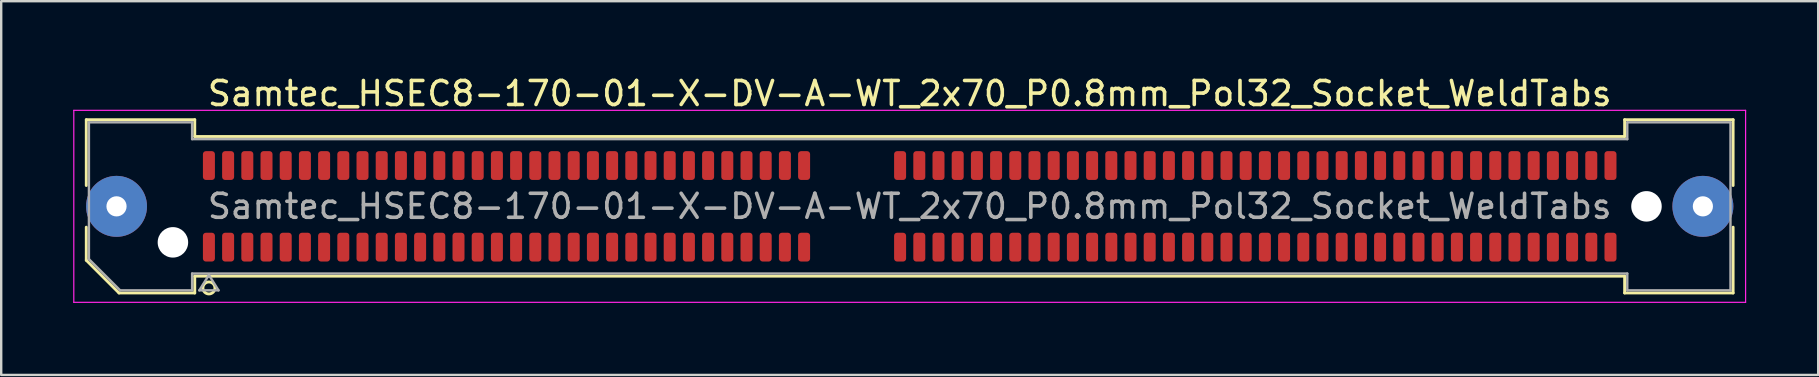
<source format=kicad_pcb>
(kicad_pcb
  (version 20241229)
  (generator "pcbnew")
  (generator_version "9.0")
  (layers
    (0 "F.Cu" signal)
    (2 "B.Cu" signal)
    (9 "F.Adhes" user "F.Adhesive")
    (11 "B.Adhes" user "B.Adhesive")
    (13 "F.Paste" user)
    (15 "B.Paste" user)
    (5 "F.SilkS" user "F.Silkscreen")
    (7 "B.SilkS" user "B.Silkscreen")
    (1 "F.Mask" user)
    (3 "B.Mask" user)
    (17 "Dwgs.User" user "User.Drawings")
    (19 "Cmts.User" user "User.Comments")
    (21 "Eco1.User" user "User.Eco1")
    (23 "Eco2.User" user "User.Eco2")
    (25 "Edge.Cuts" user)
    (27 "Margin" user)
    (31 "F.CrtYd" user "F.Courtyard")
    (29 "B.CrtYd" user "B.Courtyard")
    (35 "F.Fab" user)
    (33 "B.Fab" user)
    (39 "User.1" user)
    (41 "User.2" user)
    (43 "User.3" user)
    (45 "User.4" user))
  (footprint "Samtec_HSEC8-170-01-X-DV-A-WT_2x70_P0.8mm_Pol32_Socket_WeldTabs"
    (layer "F.Cu")
    (at 34.855 5.548)
    (property "Reference" "Samtec_HSEC8-170-01-X-DV-A-WT_2x70_P0.8mm_Pol32_Socket_WeldTabs" (at 0 -4.7 0) (layer "F.SilkS") (effects (font (size 1 1) (thickness 0.15))))
    (attr smd)
    (fp_line (start -34.31 -3.61) (end -29.79 -3.61) (stroke (width 0.12) (type solid)) (layer "F.SilkS"))
    (fp_line (start -34.31 -0.868) (end -34.31 -3.61) (stroke (width 0.12) (type solid)) (layer "F.SilkS"))
    (fp_line (start -34.31 2.246) (end -34.31 0.868) (stroke (width 0.12) (type solid)) (layer "F.SilkS"))
    (fp_line (start -32.946 3.61) (end -34.31 2.246) (stroke (width 0.12) (type solid)) (layer "F.SilkS"))
    (fp_line (start -29.79 -3.61) (end -29.79 -2.91) (stroke (width 0.12) (type solid)) (layer "F.SilkS"))
    (fp_line (start -29.79 -2.91) (end 29.79 -2.91) (stroke (width 0.12) (type solid)) (layer "F.SilkS"))
    (fp_line (start -29.79 2.91) (end -29.79 3.61) (stroke (width 0.12) (type solid)) (layer "F.SilkS"))
    (fp_line (start -29.79 3.61) (end -32.946 3.61) (stroke (width 0.12) (type solid)) (layer "F.SilkS"))
    (fp_line (start 29.79 -3.61) (end 34.31 -3.61) (stroke (width 0.12) (type solid)) (layer "F.SilkS"))
    (fp_line (start 29.79 -2.91) (end 29.79 -3.61) (stroke (width 0.12) (type solid)) (layer "F.SilkS"))
    (fp_line (start 29.79 2.91) (end -29.79 2.91) (stroke (width 0.12) (type solid)) (layer "F.SilkS"))
    (fp_line (start 29.79 3.61) (end 29.79 2.91) (stroke (width 0.12) (type solid)) (layer "F.SilkS"))
    (fp_line (start 34.31 -3.61) (end 34.31 -0.868) (stroke (width 0.12) (type solid)) (layer "F.SilkS"))
    (fp_line (start 34.31 0.868) (end 34.31 3.61) (stroke (width 0.12) (type solid)) (layer "F.SilkS"))
    (fp_line (start 34.31 3.61) (end 29.79 3.61) (stroke (width 0.12) (type solid)) (layer "F.SilkS"))
    (fp_arc (start -28.95 3.4) (mid -29.45 3.4) (end -28.95 3.4) (stroke (width 0.12) (type solid)) (layer "F.SilkS"))
    (fp_line (start -34.83 -4) (end -34.83 4) (stroke (width 0.05) (type solid)) (layer "F.CrtYd"))
    (fp_line (start -34.83 4) (end 34.83 4) (stroke (width 0.05) (type solid)) (layer "F.CrtYd"))
    (fp_line (start 34.83 -4) (end -34.83 -4) (stroke (width 0.05) (type solid)) (layer "F.CrtYd"))
    (fp_line (start 34.83 4) (end 34.83 -4) (stroke (width 0.05) (type solid)) (layer "F.CrtYd"))
    (fp_line (start -34.2 -3.5) (end -29.9 -3.5) (stroke (width 0.1) (type solid)) (layer "F.Fab"))
    (fp_line (start -34.2 2.2) (end -34.2 -3.5) (stroke (width 0.1) (type solid)) (layer "F.Fab"))
    (fp_line (start -32.9 3.5) (end -34.2 2.2) (stroke (width 0.1) (type solid)) (layer "F.Fab"))
    (fp_line (start -29.9 -3.5) (end -29.9 -2.8) (stroke (width 0.1) (type solid)) (layer "F.Fab"))
    (fp_line (start -29.9 -2.8) (end 29.9 -2.8) (stroke (width 0.1) (type solid)) (layer "F.Fab"))
    (fp_line (start -29.9 2.8) (end -29.9 3.5) (stroke (width 0.1) (type solid)) (layer "F.Fab"))
    (fp_line (start -29.9 3.5) (end -32.9 3.5) (stroke (width 0.1) (type solid)) (layer "F.Fab"))
    (fp_line (start -29.6 3.5) (end -29.2 2.86) (stroke (width 0.1) (type solid)) (layer "F.Fab"))
    (fp_line (start -29.2 2.86) (end -28.8 3.5) (stroke (width 0.1) (type solid)) (layer "F.Fab"))
    (fp_line (start -28.8 3.5) (end -29.6 3.5) (stroke (width 0.1) (type solid)) (layer "F.Fab"))
    (fp_line (start 29.9 -3.5) (end 34.2 -3.5) (stroke (width 0.1) (type solid)) (layer "F.Fab"))
    (fp_line (start 29.9 -2.8) (end 29.9 -3.5) (stroke (width 0.1) (type solid)) (layer "F.Fab"))
    (fp_line (start 29.9 2.8) (end -29.9 2.8) (stroke (width 0.1) (type solid)) (layer "F.Fab"))
    (fp_line (start 29.9 3.5) (end 29.9 2.8) (stroke (width 0.1) (type solid)) (layer "F.Fab"))
    (fp_line (start 34.2 -3.5) (end 34.2 3.5) (stroke (width 0.1) (type solid)) (layer "F.Fab"))
    (fp_line (start 34.2 3.5) (end 29.9 3.5) (stroke (width 0.1) (type solid)) (layer "F.Fab"))
    (fp_text user "${REFERENCE}" (at 0 0 0) (layer "F.Fab") (effects (font (size 1 1) (thickness 0.15))))
    (pad "" thru_hole circle (at -33.05 0) (size 2.54 2.54) (drill 0.84) (layers "*.Cu" "*.Mask" "F.Paste"))
    (pad "" np_thru_hole circle (at -30.7 1.5) (size 1.27 1.27) (drill 1.27) (layers "*.Cu" "*.Mask"))
    (pad "" np_thru_hole circle (at 30.7 0) (size 1.27 1.27) (drill 1.27) (layers "*.Cu" "*.Mask"))
    (pad "" thru_hole circle (at 33.05 0) (size 2.54 2.54) (drill 0.84) (layers "*.Cu" "*.Mask" "F.Paste"))
    (pad "1" smd roundrect (at -29.2 1.7) (size 0.5 1.2) (layers "F.Cu" "F.Mask" "F.Paste") (roundrect_rratio 0.25))
    (pad "2" smd roundrect (at -29.2 -1.7) (size 0.5 1.2) (layers "F.Cu" "F.Mask" "F.Paste") (roundrect_rratio 0.25))
    (pad "3" smd roundrect (at -28.4 1.7) (size 0.5 1.2) (layers "F.Cu" "F.Mask" "F.Paste") (roundrect_rratio 0.25))
    (pad "4" smd roundrect (at -28.4 -1.7) (size 0.5 1.2) (layers "F.Cu" "F.Mask" "F.Paste") (roundrect_rratio 0.25))
    (pad "5" smd roundrect (at -27.6 1.7) (size 0.5 1.2) (layers "F.Cu" "F.Mask" "F.Paste") (roundrect_rratio 0.25))
    (pad "6" smd roundrect (at -27.6 -1.7) (size 0.5 1.2) (layers "F.Cu" "F.Mask" "F.Paste") (roundrect_rratio 0.25))
    (pad "7" smd roundrect (at -26.8 1.7) (size 0.5 1.2) (layers "F.Cu" "F.Mask" "F.Paste") (roundrect_rratio 0.25))
    (pad "8" smd roundrect (at -26.8 -1.7) (size 0.5 1.2) (layers "F.Cu" "F.Mask" "F.Paste") (roundrect_rratio 0.25))
    (pad "9" smd roundrect (at -26 1.7) (size 0.5 1.2) (layers "F.Cu" "F.Mask" "F.Paste") (roundrect_rratio 0.25))
    (pad "10" smd roundrect (at -26 -1.7) (size 0.5 1.2) (layers "F.Cu" "F.Mask" "F.Paste") (roundrect_rratio 0.25))
    (pad "11" smd roundrect (at -25.2 1.7) (size 0.5 1.2) (layers "F.Cu" "F.Mask" "F.Paste") (roundrect_rratio 0.25))
    (pad "12" smd roundrect (at -25.2 -1.7) (size 0.5 1.2) (layers "F.Cu" "F.Mask" "F.Paste") (roundrect_rratio 0.25))
    (pad "13" smd roundrect (at -24.4 1.7) (size 0.5 1.2) (layers "F.Cu" "F.Mask" "F.Paste") (roundrect_rratio 0.25))
    (pad "14" smd roundrect (at -24.4 -1.7) (size 0.5 1.2) (layers "F.Cu" "F.Mask" "F.Paste") (roundrect_rratio 0.25))
    (pad "15" smd roundrect (at -23.6 1.7) (size 0.5 1.2) (layers "F.Cu" "F.Mask" "F.Paste") (roundrect_rratio 0.25))
    (pad "16" smd roundrect (at -23.6 -1.7) (size 0.5 1.2) (layers "F.Cu" "F.Mask" "F.Paste") (roundrect_rratio 0.25))
    (pad "17" smd roundrect (at -22.8 1.7) (size 0.5 1.2) (layers "F.Cu" "F.Mask" "F.Paste") (roundrect_rratio 0.25))
    (pad "18" smd roundrect (at -22.8 -1.7) (size 0.5 1.2) (layers "F.Cu" "F.Mask" "F.Paste") (roundrect_rratio 0.25))
    (pad "19" smd roundrect (at -22 1.7) (size 0.5 1.2) (layers "F.Cu" "F.Mask" "F.Paste") (roundrect_rratio 0.25))
    (pad "20" smd roundrect (at -22 -1.7) (size 0.5 1.2) (layers "F.Cu" "F.Mask" "F.Paste") (roundrect_rratio 0.25))
    (pad "21" smd roundrect (at -21.2 1.7) (size 0.5 1.2) (layers "F.Cu" "F.Mask" "F.Paste") (roundrect_rratio 0.25))
    (pad "22" smd roundrect (at -21.2 -1.7) (size 0.5 1.2) (layers "F.Cu" "F.Mask" "F.Paste") (roundrect_rratio 0.25))
    (pad "23" smd roundrect (at -20.4 1.7) (size 0.5 1.2) (layers "F.Cu" "F.Mask" "F.Paste") (roundrect_rratio 0.25))
    (pad "24" smd roundrect (at -20.4 -1.7) (size 0.5 1.2) (layers "F.Cu" "F.Mask" "F.Paste") (roundrect_rratio 0.25))
    (pad "25" smd roundrect (at -19.6 1.7) (size 0.5 1.2) (layers "F.Cu" "F.Mask" "F.Paste") (roundrect_rratio 0.25))
    (pad "26" smd roundrect (at -19.6 -1.7) (size 0.5 1.2) (layers "F.Cu" "F.Mask" "F.Paste") (roundrect_rratio 0.25))
    (pad "27" smd roundrect (at -18.8 1.7) (size 0.5 1.2) (layers "F.Cu" "F.Mask" "F.Paste") (roundrect_rratio 0.25))
    (pad "28" smd roundrect (at -18.8 -1.7) (size 0.5 1.2) (layers "F.Cu" "F.Mask" "F.Paste") (roundrect_rratio 0.25))
    (pad "29" smd roundrect (at -18 1.7) (size 0.5 1.2) (layers "F.Cu" "F.Mask" "F.Paste") (roundrect_rratio 0.25))
    (pad "30" smd roundrect (at -18 -1.7) (size 0.5 1.2) (layers "F.Cu" "F.Mask" "F.Paste") (roundrect_rratio 0.25))
    (pad "31" smd roundrect (at -17.2 1.7) (size 0.5 1.2) (layers "F.Cu" "F.Mask" "F.Paste") (roundrect_rratio 0.25))
    (pad "32" smd roundrect (at -17.2 -1.7) (size 0.5 1.2) (layers "F.Cu" "F.Mask" "F.Paste") (roundrect_rratio 0.25))
    (pad "33" smd roundrect (at -16.4 1.7) (size 0.5 1.2) (layers "F.Cu" "F.Mask" "F.Paste") (roundrect_rratio 0.25))
    (pad "34" smd roundrect (at -16.4 -1.7) (size 0.5 1.2) (layers "F.Cu" "F.Mask" "F.Paste") (roundrect_rratio 0.25))
    (pad "35" smd roundrect (at -15.6 1.7) (size 0.5 1.2) (layers "F.Cu" "F.Mask" "F.Paste") (roundrect_rratio 0.25))
    (pad "36" smd roundrect (at -15.6 -1.7) (size 0.5 1.2) (layers "F.Cu" "F.Mask" "F.Paste") (roundrect_rratio 0.25))
    (pad "37" smd roundrect (at -14.8 1.7) (size 0.5 1.2) (layers "F.Cu" "F.Mask" "F.Paste") (roundrect_rratio 0.25))
    (pad "38" smd roundrect (at -14.8 -1.7) (size 0.5 1.2) (layers "F.Cu" "F.Mask" "F.Paste") (roundrect_rratio 0.25))
    (pad "39" smd roundrect (at -14 1.7) (size 0.5 1.2) (layers "F.Cu" "F.Mask" "F.Paste") (roundrect_rratio 0.25))
    (pad "40" smd roundrect (at -14 -1.7) (size 0.5 1.2) (layers "F.Cu" "F.Mask" "F.Paste") (roundrect_rratio 0.25))
    (pad "41" smd roundrect (at -13.2 1.7) (size 0.5 1.2) (layers "F.Cu" "F.Mask" "F.Paste") (roundrect_rratio 0.25))
    (pad "42" smd roundrect (at -13.2 -1.7) (size 0.5 1.2) (layers "F.Cu" "F.Mask" "F.Paste") (roundrect_rratio 0.25))
    (pad "43" smd roundrect (at -12.4 1.7) (size 0.5 1.2) (layers "F.Cu" "F.Mask" "F.Paste") (roundrect_rratio 0.25))
    (pad "44" smd roundrect (at -12.4 -1.7) (size 0.5 1.2) (layers "F.Cu" "F.Mask" "F.Paste") (roundrect_rratio 0.25))
    (pad "45" smd roundrect (at -11.6 1.7) (size 0.5 1.2) (layers "F.Cu" "F.Mask" "F.Paste") (roundrect_rratio 0.25))
    (pad "46" smd roundrect (at -11.6 -1.7) (size 0.5 1.2) (layers "F.Cu" "F.Mask" "F.Paste") (roundrect_rratio 0.25))
    (pad "47" smd roundrect (at -10.8 1.7) (size 0.5 1.2) (layers "F.Cu" "F.Mask" "F.Paste") (roundrect_rratio 0.25))
    (pad "48" smd roundrect (at -10.8 -1.7) (size 0.5 1.2) (layers "F.Cu" "F.Mask" "F.Paste") (roundrect_rratio 0.25))
    (pad "49" smd roundrect (at -10 1.7) (size 0.5 1.2) (layers "F.Cu" "F.Mask" "F.Paste") (roundrect_rratio 0.25))
    (pad "50" smd roundrect (at -10 -1.7) (size 0.5 1.2) (layers "F.Cu" "F.Mask" "F.Paste") (roundrect_rratio 0.25))
    (pad "51" smd roundrect (at -9.2 1.7) (size 0.5 1.2) (layers "F.Cu" "F.Mask" "F.Paste") (roundrect_rratio 0.25))
    (pad "52" smd roundrect (at -9.2 -1.7) (size 0.5 1.2) (layers "F.Cu" "F.Mask" "F.Paste") (roundrect_rratio 0.25))
    (pad "53" smd roundrect (at -8.4 1.7) (size 0.5 1.2) (layers "F.Cu" "F.Mask" "F.Paste") (roundrect_rratio 0.25))
    (pad "54" smd roundrect (at -8.4 -1.7) (size 0.5 1.2) (layers "F.Cu" "F.Mask" "F.Paste") (roundrect_rratio 0.25))
    (pad "55" smd roundrect (at -7.6 1.7) (size 0.5 1.2) (layers "F.Cu" "F.Mask" "F.Paste") (roundrect_rratio 0.25))
    (pad "56" smd roundrect (at -7.6 -1.7) (size 0.5 1.2) (layers "F.Cu" "F.Mask" "F.Paste") (roundrect_rratio 0.25))
    (pad "57" smd roundrect (at -6.8 1.7) (size 0.5 1.2) (layers "F.Cu" "F.Mask" "F.Paste") (roundrect_rratio 0.25))
    (pad "58" smd roundrect (at -6.8 -1.7) (size 0.5 1.2) (layers "F.Cu" "F.Mask" "F.Paste") (roundrect_rratio 0.25))
    (pad "59" smd roundrect (at -6 1.7) (size 0.5 1.2) (layers "F.Cu" "F.Mask" "F.Paste") (roundrect_rratio 0.25))
    (pad "60" smd roundrect (at -6 -1.7) (size 0.5 1.2) (layers "F.Cu" "F.Mask" "F.Paste") (roundrect_rratio 0.25))
    (pad "61" smd roundrect (at -5.2 1.7) (size 0.5 1.2) (layers "F.Cu" "F.Mask" "F.Paste") (roundrect_rratio 0.25))
    (pad "62" smd roundrect (at -5.2 -1.7) (size 0.5 1.2) (layers "F.Cu" "F.Mask" "F.Paste") (roundrect_rratio 0.25))
    (pad "63" smd roundrect (at -4.4 1.7) (size 0.5 1.2) (layers "F.Cu" "F.Mask" "F.Paste") (roundrect_rratio 0.25))
    (pad "64" smd roundrect (at -4.4 -1.7) (size 0.5 1.2) (layers "F.Cu" "F.Mask" "F.Paste") (roundrect_rratio 0.25))
    (pad "65" smd roundrect (at -0.4 1.7) (size 0.5 1.2) (layers "F.Cu" "F.Mask" "F.Paste") (roundrect_rratio 0.25))
    (pad "66" smd roundrect (at -0.4 -1.7) (size 0.5 1.2) (layers "F.Cu" "F.Mask" "F.Paste") (roundrect_rratio 0.25))
    (pad "67" smd roundrect (at 0.4 1.7) (size 0.5 1.2) (layers "F.Cu" "F.Mask" "F.Paste") (roundrect_rratio 0.25))
    (pad "68" smd roundrect (at 0.4 -1.7) (size 0.5 1.2) (layers "F.Cu" "F.Mask" "F.Paste") (roundrect_rratio 0.25))
    (pad "69" smd roundrect (at 1.2 1.7) (size 0.5 1.2) (layers "F.Cu" "F.Mask" "F.Paste") (roundrect_rratio 0.25))
    (pad "70" smd roundrect (at 1.2 -1.7) (size 0.5 1.2) (layers "F.Cu" "F.Mask" "F.Paste") (roundrect_rratio 0.25))
    (pad "71" smd roundrect (at 2 1.7) (size 0.5 1.2) (layers "F.Cu" "F.Mask" "F.Paste") (roundrect_rratio 0.25))
    (pad "72" smd roundrect (at 2 -1.7) (size 0.5 1.2) (layers "F.Cu" "F.Mask" "F.Paste") (roundrect_rratio 0.25))
    (pad "73" smd roundrect (at 2.8 1.7) (size 0.5 1.2) (layers "F.Cu" "F.Mask" "F.Paste") (roundrect_rratio 0.25))
    (pad "74" smd roundrect (at 2.8 -1.7) (size 0.5 1.2) (layers "F.Cu" "F.Mask" "F.Paste") (roundrect_rratio 0.25))
    (pad "75" smd roundrect (at 3.6 1.7) (size 0.5 1.2) (layers "F.Cu" "F.Mask" "F.Paste") (roundrect_rratio 0.25))
    (pad "76" smd roundrect (at 3.6 -1.7) (size 0.5 1.2) (layers "F.Cu" "F.Mask" "F.Paste") (roundrect_rratio 0.25))
    (pad "77" smd roundrect (at 4.4 1.7) (size 0.5 1.2) (layers "F.Cu" "F.Mask" "F.Paste") (roundrect_rratio 0.25))
    (pad "78" smd roundrect (at 4.4 -1.7) (size 0.5 1.2) (layers "F.Cu" "F.Mask" "F.Paste") (roundrect_rratio 0.25))
    (pad "79" smd roundrect (at 5.2 1.7) (size 0.5 1.2) (layers "F.Cu" "F.Mask" "F.Paste") (roundrect_rratio 0.25))
    (pad "80" smd roundrect (at 5.2 -1.7) (size 0.5 1.2) (layers "F.Cu" "F.Mask" "F.Paste") (roundrect_rratio 0.25))
    (pad "81" smd roundrect (at 6 1.7) (size 0.5 1.2) (layers "F.Cu" "F.Mask" "F.Paste") (roundrect_rratio 0.25))
    (pad "82" smd roundrect (at 6 -1.7) (size 0.5 1.2) (layers "F.Cu" "F.Mask" "F.Paste") (roundrect_rratio 0.25))
    (pad "83" smd roundrect (at 6.8 1.7) (size 0.5 1.2) (layers "F.Cu" "F.Mask" "F.Paste") (roundrect_rratio 0.25))
    (pad "84" smd roundrect (at 6.8 -1.7) (size 0.5 1.2) (layers "F.Cu" "F.Mask" "F.Paste") (roundrect_rratio 0.25))
    (pad "85" smd roundrect (at 7.6 1.7) (size 0.5 1.2) (layers "F.Cu" "F.Mask" "F.Paste") (roundrect_rratio 0.25))
    (pad "86" smd roundrect (at 7.6 -1.7) (size 0.5 1.2) (layers "F.Cu" "F.Mask" "F.Paste") (roundrect_rratio 0.25))
    (pad "87" smd roundrect (at 8.4 1.7) (size 0.5 1.2) (layers "F.Cu" "F.Mask" "F.Paste") (roundrect_rratio 0.25))
    (pad "88" smd roundrect (at 8.4 -1.7) (size 0.5 1.2) (layers "F.Cu" "F.Mask" "F.Paste") (roundrect_rratio 0.25))
    (pad "89" smd roundrect (at 9.2 1.7) (size 0.5 1.2) (layers "F.Cu" "F.Mask" "F.Paste") (roundrect_rratio 0.25))
    (pad "90" smd roundrect (at 9.2 -1.7) (size 0.5 1.2) (layers "F.Cu" "F.Mask" "F.Paste") (roundrect_rratio 0.25))
    (pad "91" smd roundrect (at 10 1.7) (size 0.5 1.2) (layers "F.Cu" "F.Mask" "F.Paste") (roundrect_rratio 0.25))
    (pad "92" smd roundrect (at 10 -1.7) (size 0.5 1.2) (layers "F.Cu" "F.Mask" "F.Paste") (roundrect_rratio 0.25))
    (pad "93" smd roundrect (at 10.8 1.7) (size 0.5 1.2) (layers "F.Cu" "F.Mask" "F.Paste") (roundrect_rratio 0.25))
    (pad "94" smd roundrect (at 10.8 -1.7) (size 0.5 1.2) (layers "F.Cu" "F.Mask" "F.Paste") (roundrect_rratio 0.25))
    (pad "95" smd roundrect (at 11.6 1.7) (size 0.5 1.2) (layers "F.Cu" "F.Mask" "F.Paste") (roundrect_rratio 0.25))
    (pad "96" smd roundrect (at 11.6 -1.7) (size 0.5 1.2) (layers "F.Cu" "F.Mask" "F.Paste") (roundrect_rratio 0.25))
    (pad "97" smd roundrect (at 12.4 1.7) (size 0.5 1.2) (layers "F.Cu" "F.Mask" "F.Paste") (roundrect_rratio 0.25))
    (pad "98" smd roundrect (at 12.4 -1.7) (size 0.5 1.2) (layers "F.Cu" "F.Mask" "F.Paste") (roundrect_rratio 0.25))
    (pad "99" smd roundrect (at 13.2 1.7) (size 0.5 1.2) (layers "F.Cu" "F.Mask" "F.Paste") (roundrect_rratio 0.25))
    (pad "100" smd roundrect (at 13.2 -1.7) (size 0.5 1.2) (layers "F.Cu" "F.Mask" "F.Paste") (roundrect_rratio 0.25))
    (pad "101" smd roundrect (at 14 1.7) (size 0.5 1.2) (layers "F.Cu" "F.Mask" "F.Paste") (roundrect_rratio 0.25))
    (pad "102" smd roundrect (at 14 -1.7) (size 0.5 1.2) (layers "F.Cu" "F.Mask" "F.Paste") (roundrect_rratio 0.25))
    (pad "103" smd roundrect (at 14.8 1.7) (size 0.5 1.2) (layers "F.Cu" "F.Mask" "F.Paste") (roundrect_rratio 0.25))
    (pad "104" smd roundrect (at 14.8 -1.7) (size 0.5 1.2) (layers "F.Cu" "F.Mask" "F.Paste") (roundrect_rratio 0.25))
    (pad "105" smd roundrect (at 15.6 1.7) (size 0.5 1.2) (layers "F.Cu" "F.Mask" "F.Paste") (roundrect_rratio 0.25))
    (pad "106" smd roundrect (at 15.6 -1.7) (size 0.5 1.2) (layers "F.Cu" "F.Mask" "F.Paste") (roundrect_rratio 0.25))
    (pad "107" smd roundrect (at 16.4 1.7) (size 0.5 1.2) (layers "F.Cu" "F.Mask" "F.Paste") (roundrect_rratio 0.25))
    (pad "108" smd roundrect (at 16.4 -1.7) (size 0.5 1.2) (layers "F.Cu" "F.Mask" "F.Paste") (roundrect_rratio 0.25))
    (pad "109" smd roundrect (at 17.2 1.7) (size 0.5 1.2) (layers "F.Cu" "F.Mask" "F.Paste") (roundrect_rratio 0.25))
    (pad "110" smd roundrect (at 17.2 -1.7) (size 0.5 1.2) (layers "F.Cu" "F.Mask" "F.Paste") (roundrect_rratio 0.25))
    (pad "111" smd roundrect (at 18 1.7) (size 0.5 1.2) (layers "F.Cu" "F.Mask" "F.Paste") (roundrect_rratio 0.25))
    (pad "112" smd roundrect (at 18 -1.7) (size 0.5 1.2) (layers "F.Cu" "F.Mask" "F.Paste") (roundrect_rratio 0.25))
    (pad "113" smd roundrect (at 18.8 1.7) (size 0.5 1.2) (layers "F.Cu" "F.Mask" "F.Paste") (roundrect_rratio 0.25))
    (pad "114" smd roundrect (at 18.8 -1.7) (size 0.5 1.2) (layers "F.Cu" "F.Mask" "F.Paste") (roundrect_rratio 0.25))
    (pad "115" smd roundrect (at 19.6 1.7) (size 0.5 1.2) (layers "F.Cu" "F.Mask" "F.Paste") (roundrect_rratio 0.25))
    (pad "116" smd roundrect (at 19.6 -1.7) (size 0.5 1.2) (layers "F.Cu" "F.Mask" "F.Paste") (roundrect_rratio 0.25))
    (pad "117" smd roundrect (at 20.4 1.7) (size 0.5 1.2) (layers "F.Cu" "F.Mask" "F.Paste") (roundrect_rratio 0.25))
    (pad "118" smd roundrect (at 20.4 -1.7) (size 0.5 1.2) (layers "F.Cu" "F.Mask" "F.Paste") (roundrect_rratio 0.25))
    (pad "119" smd roundrect (at 21.2 1.7) (size 0.5 1.2) (layers "F.Cu" "F.Mask" "F.Paste") (roundrect_rratio 0.25))
    (pad "120" smd roundrect (at 21.2 -1.7) (size 0.5 1.2) (layers "F.Cu" "F.Mask" "F.Paste") (roundrect_rratio 0.25))
    (pad "121" smd roundrect (at 22 1.7) (size 0.5 1.2) (layers "F.Cu" "F.Mask" "F.Paste") (roundrect_rratio 0.25))
    (pad "122" smd roundrect (at 22 -1.7) (size 0.5 1.2) (layers "F.Cu" "F.Mask" "F.Paste") (roundrect_rratio 0.25))
    (pad "123" smd roundrect (at 22.8 1.7) (size 0.5 1.2) (layers "F.Cu" "F.Mask" "F.Paste") (roundrect_rratio 0.25))
    (pad "124" smd roundrect (at 22.8 -1.7) (size 0.5 1.2) (layers "F.Cu" "F.Mask" "F.Paste") (roundrect_rratio 0.25))
    (pad "125" smd roundrect (at 23.6 1.7) (size 0.5 1.2) (layers "F.Cu" "F.Mask" "F.Paste") (roundrect_rratio 0.25))
    (pad "126" smd roundrect (at 23.6 -1.7) (size 0.5 1.2) (layers "F.Cu" "F.Mask" "F.Paste") (roundrect_rratio 0.25))
    (pad "127" smd roundrect (at 24.4 1.7) (size 0.5 1.2) (layers "F.Cu" "F.Mask" "F.Paste") (roundrect_rratio 0.25))
    (pad "128" smd roundrect (at 24.4 -1.7) (size 0.5 1.2) (layers "F.Cu" "F.Mask" "F.Paste") (roundrect_rratio 0.25))
    (pad "129" smd roundrect (at 25.2 1.7) (size 0.5 1.2) (layers "F.Cu" "F.Mask" "F.Paste") (roundrect_rratio 0.25))
    (pad "130" smd roundrect (at 25.2 -1.7) (size 0.5 1.2) (layers "F.Cu" "F.Mask" "F.Paste") (roundrect_rratio 0.25))
    (pad "131" smd roundrect (at 26 1.7) (size 0.5 1.2) (layers "F.Cu" "F.Mask" "F.Paste") (roundrect_rratio 0.25))
    (pad "132" smd roundrect (at 26 -1.7) (size 0.5 1.2) (layers "F.Cu" "F.Mask" "F.Paste") (roundrect_rratio 0.25))
    (pad "133" smd roundrect (at 26.8 1.7) (size 0.5 1.2) (layers "F.Cu" "F.Mask" "F.Paste") (roundrect_rratio 0.25))
    (pad "134" smd roundrect (at 26.8 -1.7) (size 0.5 1.2) (layers "F.Cu" "F.Mask" "F.Paste") (roundrect_rratio 0.25))
    (pad "135" smd roundrect (at 27.6 1.7) (size 0.5 1.2) (layers "F.Cu" "F.Mask" "F.Paste") (roundrect_rratio 0.25))
    (pad "136" smd roundrect (at 27.6 -1.7) (size 0.5 1.2) (layers "F.Cu" "F.Mask" "F.Paste") (roundrect_rratio 0.25))
    (pad "137" smd roundrect (at 28.4 1.7) (size 0.5 1.2) (layers "F.Cu" "F.Mask" "F.Paste") (roundrect_rratio 0.25))
    (pad "138" smd roundrect (at 28.4 -1.7) (size 0.5 1.2) (layers "F.Cu" "F.Mask" "F.Paste") (roundrect_rratio 0.25))
    (pad "139" smd roundrect (at 29.2 1.7) (size 0.5 1.2) (layers "F.Cu" "F.Mask" "F.Paste") (roundrect_rratio 0.25))
    (pad "140" smd roundrect (at 29.2 -1.7) (size 0.5 1.2) (layers "F.Cu" "F.Mask" "F.Paste") (roundrect_rratio 0.25)))
  (gr_rect
    (start -3 -3)
    (end 72.71 12.573)
    (stroke (width 0.1) (type default))
    (fill no)
    (layer "Edge.Cuts")))
</source>
